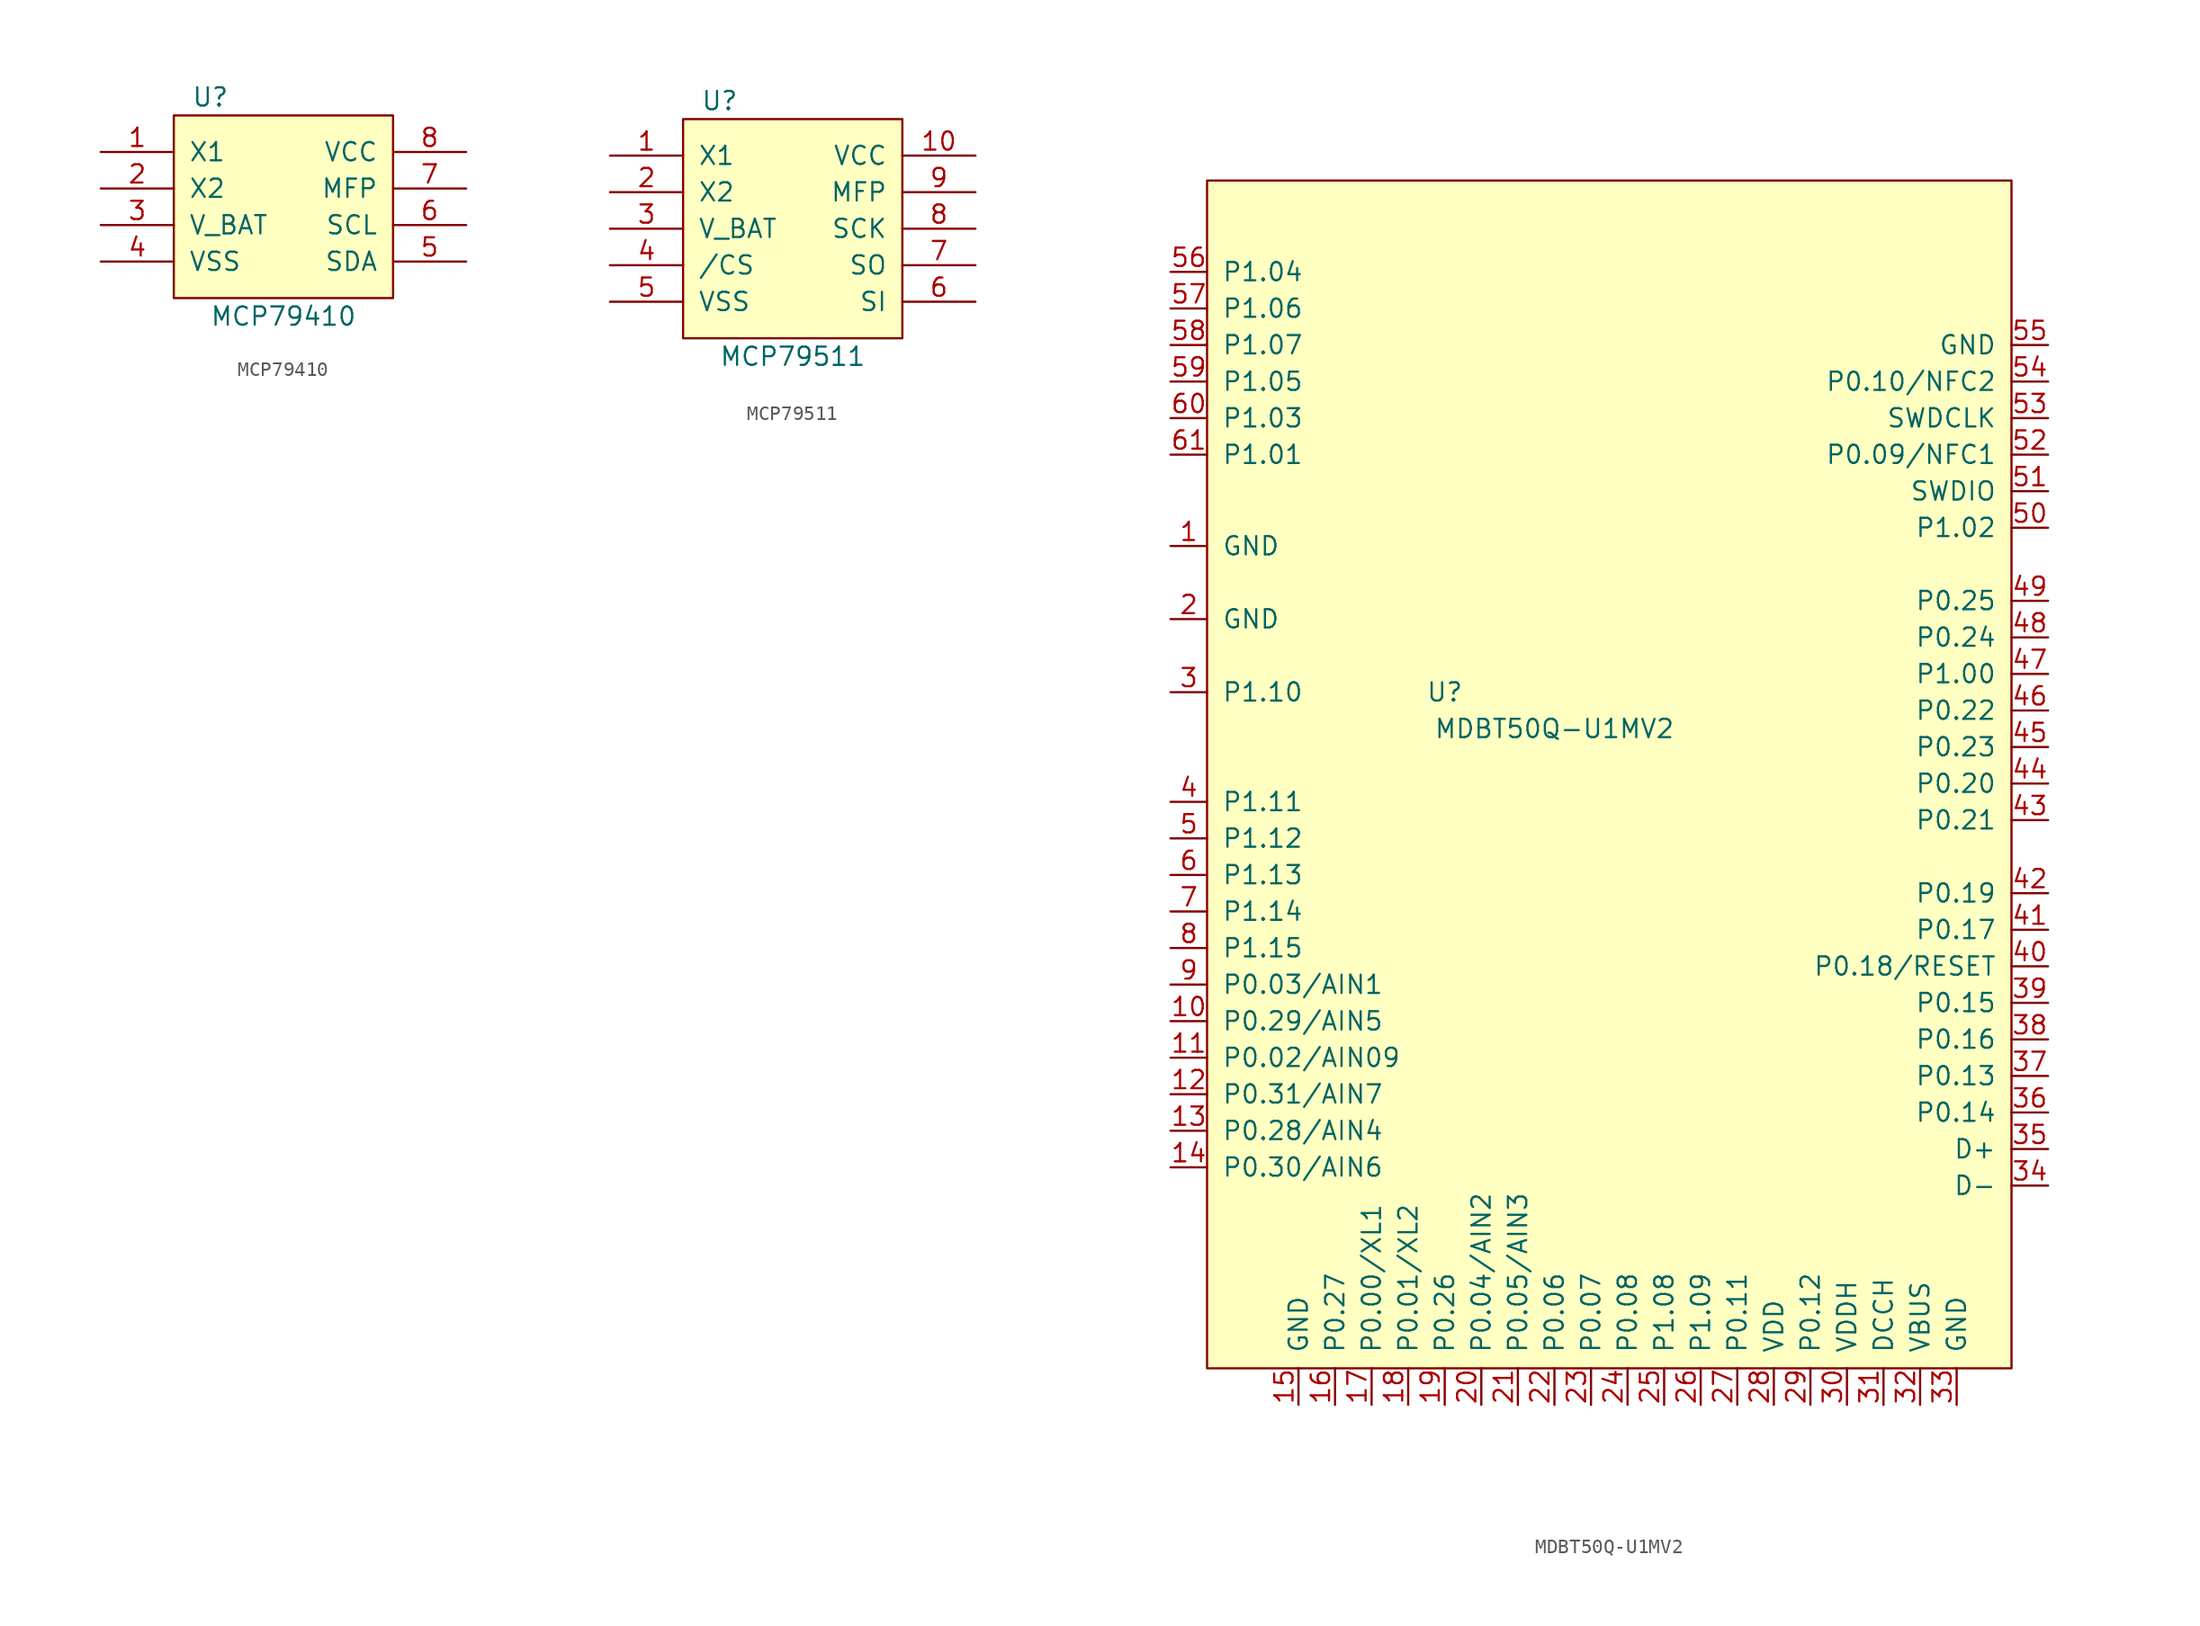
<source format=kicad_sym>
(kicad_symbol_lib
  (version 20211014)
  (generator kicad_symbol_editor)
  (symbol "MCP79410"
    (pin_names
      (offset 1.016))
    (property "Reference" "U"
      (at -5.08 6.35 0)
      (effects (font (size 1.27 1.27))))
    (property "Value" "MCP79410"
      (at 0 -8.89 0)
      (effects (font (size 1.27 1.27))))
    (symbol "MCP79410_1_1"
      (rectangle (start -7.62 -7.62) (end 7.62 5.08) (stroke (width 0) (type default) (color 0 0 0 0)) (fill (type background)))
      (pin input line (at -12.7 2.54 0) (length 5.08) (name "X1" (effects (font (size 1.27 1.27)))) (number "1" (effects (font (size 1.27 1.27)))))
      (pin output line (at -12.7 0 0) (length 5.08) (name "X2" (effects (font (size 1.27 1.27)))) (number "2" (effects (font (size 1.27 1.27)))))
      (pin input line (at -12.7 -2.54 0) (length 5.08) (name "V_BAT" (effects (font (size 1.27 1.27)))) (number "3" (effects (font (size 1.27 1.27)))))
      (pin power_in line (at -12.7 -5.08 0) (length 5.08) (name "VSS" (effects (font (size 1.27 1.27)))) (number "4" (effects (font (size 1.27 1.27)))))
      (pin bidirectional line (at 12.7 -5.08 180) (length 5.08) (name "SDA" (effects (font (size 1.27 1.27)))) (number "5" (effects (font (size 1.27 1.27)))))
      (pin input line (at 12.7 -2.54 180) (length 5.08) (name "SCL" (effects (font (size 1.27 1.27)))) (number "6" (effects (font (size 1.27 1.27)))))
      (pin output line (at 12.7 0 180) (length 5.08) (name "MFP" (effects (font (size 1.27 1.27)))) (number "7" (effects (font (size 1.27 1.27)))))
      (pin power_in line (at 12.7 2.54 180) (length 5.08) (name "VCC" (effects (font (size 1.27 1.27)))) (number "8" (effects (font (size 1.27 1.27)))))))
  (symbol "MCP79511"
    (pin_names
      (offset 1.016))
    (property "Reference" "U"
      (at -5.08 8.89 0)
      (effects (font (size 1.27 1.27))))
    (property "Value" "MCP79511"
      (at 0 -8.89 0)
      (effects (font (size 1.27 1.27))))
    (symbol "MCP79511_1_1"
      (rectangle (start -7.62 -7.62) (end 7.62 7.62) (stroke (width 0) (type default) (color 0 0 0 0)) (fill (type background)))
      (pin input line (at -12.7 5.08 0) (length 5.08) (name "X1" (effects (font (size 1.27 1.27)))) (number "1" (effects (font (size 1.27 1.27)))))
      (pin power_in line (at 12.7 5.08 180) (length 5.08) (name "VCC" (effects (font (size 1.27 1.27)))) (number "10" (effects (font (size 1.27 1.27)))))
      (pin output line (at -12.7 2.54 0) (length 5.08) (name "X2" (effects (font (size 1.27 1.27)))) (number "2" (effects (font (size 1.27 1.27)))))
      (pin input line (at -12.7 0 0) (length 5.08) (name "V_BAT" (effects (font (size 1.27 1.27)))) (number "3" (effects (font (size 1.27 1.27)))))
      (pin input line (at -12.7 -2.54 0) (length 5.08) (name "/CS" (effects (font (size 1.27 1.27)))) (number "4" (effects (font (size 1.27 1.27)))))
      (pin power_in line (at -12.7 -5.08 0) (length 5.08) (name "VSS" (effects (font (size 1.27 1.27)))) (number "5" (effects (font (size 1.27 1.27)))))
      (pin input line (at 12.7 -5.08 180) (length 5.08) (name "SI" (effects (font (size 1.27 1.27)))) (number "6" (effects (font (size 1.27 1.27)))))
      (pin output line (at 12.7 -2.54 180) (length 5.08) (name "SO" (effects (font (size 1.27 1.27)))) (number "7" (effects (font (size 1.27 1.27)))))
      (pin input line (at 12.7 0 180) (length 5.08) (name "SCK" (effects (font (size 1.27 1.27)))) (number "8" (effects (font (size 1.27 1.27)))))
      (pin output line (at 12.7 2.54 180) (length 5.08) (name "MFP" (effects (font (size 1.27 1.27)))) (number "9" (effects (font (size 1.27 1.27)))))))
  (symbol "MDBT50Q-U1MV2"
    (pin_names
      (offset 1.016))
    (property "Reference" "U"
      (at 0 0 0)
      (effects (font (size 1.27 1.27))))
    (property "Value" "MDBT50Q-U1MV2"
      (at 7.62 -2.54 0)
      (effects (font (size 1.27 1.27))))
    (symbol "MDBT50Q-U1MV2_0_1"
      (rectangle (start -16.51 35.56) (end 39.37 -46.99) (stroke (width 0) (type default) (color 0 0 0 0)) (fill (type background))))
    (symbol "MDBT50Q-U1MV2_1_1"
      (pin bidirectional line (at -19.05 10.16 0) (length 2.54) (name "GND" (effects (font (size 1.27 1.27)))) (number "1" (effects (font (size 1.27 1.27)))))
      (pin bidirectional line (at -19.05 -22.86 0) (length 2.54) (name "P0.29/AIN5" (effects (font (size 1.27 1.27)))) (number "10" (effects (font (size 1.27 1.27)))))
      (pin bidirectional line (at -19.05 -25.4 0) (length 2.54) (name "P0.02/AIN09" (effects (font (size 1.27 1.27)))) (number "11" (effects (font (size 1.27 1.27)))))
      (pin bidirectional line (at -19.05 -27.94 0) (length 2.54) (name "P0.31/AIN7" (effects (font (size 1.27 1.27)))) (number "12" (effects (font (size 1.27 1.27)))))
      (pin bidirectional line (at -19.05 -30.48 0) (length 2.54) (name "P0.28/AIN4" (effects (font (size 1.27 1.27)))) (number "13" (effects (font (size 1.27 1.27)))))
      (pin bidirectional line (at -19.05 -33.02 0) (length 2.54) (name "P0.30/AIN6" (effects (font (size 1.27 1.27)))) (number "14" (effects (font (size 1.27 1.27)))))
      (pin bidirectional line (at -10.16 -49.53 90) (length 2.54) (name "GND" (effects (font (size 1.27 1.27)))) (number "15" (effects (font (size 1.27 1.27)))))
      (pin bidirectional line (at -7.62 -49.53 90) (length 2.54) (name "P0.27" (effects (font (size 1.27 1.27)))) (number "16" (effects (font (size 1.27 1.27)))))
      (pin bidirectional line (at -5.08 -49.53 90) (length 2.54) (name "P0.00/XL1" (effects (font (size 1.27 1.27)))) (number "17" (effects (font (size 1.27 1.27)))))
      (pin bidirectional line (at -2.54 -49.53 90) (length 2.54) (name "P0.01/XL2" (effects (font (size 1.27 1.27)))) (number "18" (effects (font (size 1.27 1.27)))))
      (pin bidirectional line (at 0 -49.53 90) (length 2.54) (name "P0.26" (effects (font (size 1.27 1.27)))) (number "19" (effects (font (size 1.27 1.27)))))
      (pin bidirectional line (at -19.05 5.08 0) (length 2.54) (name "GND" (effects (font (size 1.27 1.27)))) (number "2" (effects (font (size 1.27 1.27)))))
      (pin bidirectional line (at 2.54 -49.53 90) (length 2.54) (name "P0.04/AIN2" (effects (font (size 1.27 1.27)))) (number "20" (effects (font (size 1.27 1.27)))))
      (pin bidirectional line (at 5.08 -49.53 90) (length 2.54) (name "P0.05/AIN3" (effects (font (size 1.27 1.27)))) (number "21" (effects (font (size 1.27 1.27)))))
      (pin bidirectional line (at 7.62 -49.53 90) (length 2.54) (name "P0.06" (effects (font (size 1.27 1.27)))) (number "22" (effects (font (size 1.27 1.27)))))
      (pin bidirectional line (at 10.16 -49.53 90) (length 2.54) (name "P0.07" (effects (font (size 1.27 1.27)))) (number "23" (effects (font (size 1.27 1.27)))))
      (pin bidirectional line (at 12.7 -49.53 90) (length 2.54) (name "P0.08" (effects (font (size 1.27 1.27)))) (number "24" (effects (font (size 1.27 1.27)))))
      (pin bidirectional line (at 15.24 -49.53 90) (length 2.54) (name "P1.08" (effects (font (size 1.27 1.27)))) (number "25" (effects (font (size 1.27 1.27)))))
      (pin bidirectional line (at 17.78 -49.53 90) (length 2.54) (name "P1.09" (effects (font (size 1.27 1.27)))) (number "26" (effects (font (size 1.27 1.27)))))
      (pin bidirectional line (at 20.32 -49.53 90) (length 2.54) (name "P0.11" (effects (font (size 1.27 1.27)))) (number "27" (effects (font (size 1.27 1.27)))))
      (pin bidirectional line (at 22.86 -49.53 90) (length 2.54) (name "VDD" (effects (font (size 1.27 1.27)))) (number "28" (effects (font (size 1.27 1.27)))))
      (pin bidirectional line (at 25.4 -49.53 90) (length 2.54) (name "P0.12" (effects (font (size 1.27 1.27)))) (number "29" (effects (font (size 1.27 1.27)))))
      (pin bidirectional line (at -19.05 0 0) (length 2.54) (name "P1.10" (effects (font (size 1.27 1.27)))) (number "3" (effects (font (size 1.27 1.27)))))
      (pin bidirectional line (at 27.94 -49.53 90) (length 2.54) (name "VDDH" (effects (font (size 1.27 1.27)))) (number "30" (effects (font (size 1.27 1.27)))))
      (pin bidirectional line (at 30.48 -49.53 90) (length 2.54) (name "DCCH" (effects (font (size 1.27 1.27)))) (number "31" (effects (font (size 1.27 1.27)))))
      (pin bidirectional line (at 33.02 -49.53 90) (length 2.54) (name "VBUS" (effects (font (size 1.27 1.27)))) (number "32" (effects (font (size 1.27 1.27)))))
      (pin bidirectional line (at 35.56 -49.53 90) (length 2.54) (name "GND" (effects (font (size 1.27 1.27)))) (number "33" (effects (font (size 1.27 1.27)))))
      (pin bidirectional line (at 41.91 -34.29 180) (length 2.54) (name "D-" (effects (font (size 1.27 1.27)))) (number "34" (effects (font (size 1.27 1.27)))))
      (pin bidirectional line (at 41.91 -31.75 180) (length 2.54) (name "D+" (effects (font (size 1.27 1.27)))) (number "35" (effects (font (size 1.27 1.27)))))
      (pin bidirectional line (at 41.91 -29.21 180) (length 2.54) (name "P0.14" (effects (font (size 1.27 1.27)))) (number "36" (effects (font (size 1.27 1.27)))))
      (pin bidirectional line (at 41.91 -26.67 180) (length 2.54) (name "P0.13" (effects (font (size 1.27 1.27)))) (number "37" (effects (font (size 1.27 1.27)))))
      (pin bidirectional line (at 41.91 -24.13 180) (length 2.54) (name "P0.16" (effects (font (size 1.27 1.27)))) (number "38" (effects (font (size 1.27 1.27)))))
      (pin bidirectional line (at 41.91 -21.59 180) (length 2.54) (name "P0.15" (effects (font (size 1.27 1.27)))) (number "39" (effects (font (size 1.27 1.27)))))
      (pin bidirectional line (at -19.05 -7.62 0) (length 2.54) (name "P1.11" (effects (font (size 1.27 1.27)))) (number "4" (effects (font (size 1.27 1.27)))))
      (pin bidirectional line (at 41.91 -19.05 180) (length 2.54) (name "P0.18/RESET" (effects (font (size 1.27 1.27)))) (number "40" (effects (font (size 1.27 1.27)))))
      (pin bidirectional line (at 41.91 -16.51 180) (length 2.54) (name "P0.17" (effects (font (size 1.27 1.27)))) (number "41" (effects (font (size 1.27 1.27)))))
      (pin bidirectional line (at 41.91 -13.97 180) (length 2.54) (name "P0.19" (effects (font (size 1.27 1.27)))) (number "42" (effects (font (size 1.27 1.27)))))
      (pin bidirectional line (at 41.91 -8.89 180) (length 2.54) (name "P0.21" (effects (font (size 1.27 1.27)))) (number "43" (effects (font (size 1.27 1.27)))))
      (pin bidirectional line (at 41.91 -6.35 180) (length 2.54) (name "P0.20" (effects (font (size 1.27 1.27)))) (number "44" (effects (font (size 1.27 1.27)))))
      (pin bidirectional line (at 41.91 -3.81 180) (length 2.54) (name "P0.23" (effects (font (size 1.27 1.27)))) (number "45" (effects (font (size 1.27 1.27)))))
      (pin bidirectional line (at 41.91 -1.27 180) (length 2.54) (name "P0.22" (effects (font (size 1.27 1.27)))) (number "46" (effects (font (size 1.27 1.27)))))
      (pin bidirectional line (at 41.91 1.27 180) (length 2.54) (name "P1.00" (effects (font (size 1.27 1.27)))) (number "47" (effects (font (size 1.27 1.27)))))
      (pin bidirectional line (at 41.91 3.81 180) (length 2.54) (name "P0.24" (effects (font (size 1.27 1.27)))) (number "48" (effects (font (size 1.27 1.27)))))
      (pin bidirectional line (at 41.91 6.35 180) (length 2.54) (name "P0.25" (effects (font (size 1.27 1.27)))) (number "49" (effects (font (size 1.27 1.27)))))
      (pin bidirectional line (at -19.05 -10.16 0) (length 2.54) (name "P1.12" (effects (font (size 1.27 1.27)))) (number "5" (effects (font (size 1.27 1.27)))))
      (pin bidirectional line (at 41.91 11.43 180) (length 2.54) (name "P1.02" (effects (font (size 1.27 1.27)))) (number "50" (effects (font (size 1.27 1.27)))))
      (pin bidirectional line (at 41.91 13.97 180) (length 2.54) (name "SWDIO" (effects (font (size 1.27 1.27)))) (number "51" (effects (font (size 1.27 1.27)))))
      (pin bidirectional line (at 41.91 16.51 180) (length 2.54) (name "P0.09/NFC1" (effects (font (size 1.27 1.27)))) (number "52" (effects (font (size 1.27 1.27)))))
      (pin bidirectional line (at 41.91 19.05 180) (length 2.54) (name "SWDCLK" (effects (font (size 1.27 1.27)))) (number "53" (effects (font (size 1.27 1.27)))))
      (pin bidirectional line (at 41.91 21.59 180) (length 2.54) (name "P0.10/NFC2" (effects (font (size 1.27 1.27)))) (number "54" (effects (font (size 1.27 1.27)))))
      (pin bidirectional line (at 41.91 24.13 180) (length 2.54) (name "GND" (effects (font (size 1.27 1.27)))) (number "55" (effects (font (size 1.27 1.27)))))
      (pin bidirectional line (at -19.05 29.21 0) (length 2.54) (name "P1.04" (effects (font (size 1.27 1.27)))) (number "56" (effects (font (size 1.27 1.27)))))
      (pin bidirectional line (at -19.05 26.67 0) (length 2.54) (name "P1.06" (effects (font (size 1.27 1.27)))) (number "57" (effects (font (size 1.27 1.27)))))
      (pin bidirectional line (at -19.05 24.13 0) (length 2.54) (name "P1.07" (effects (font (size 1.27 1.27)))) (number "58" (effects (font (size 1.27 1.27)))))
      (pin bidirectional line (at -19.05 21.59 0) (length 2.54) (name "P1.05" (effects (font (size 1.27 1.27)))) (number "59" (effects (font (size 1.27 1.27)))))
      (pin bidirectional line (at -19.05 -12.7 0) (length 2.54) (name "P1.13" (effects (font (size 1.27 1.27)))) (number "6" (effects (font (size 1.27 1.27)))))
      (pin bidirectional line (at -19.05 19.05 0) (length 2.54) (name "P1.03" (effects (font (size 1.27 1.27)))) (number "60" (effects (font (size 1.27 1.27)))))
      (pin bidirectional line (at -19.05 16.51 0) (length 2.54) (name "P1.01" (effects (font (size 1.27 1.27)))) (number "61" (effects (font (size 1.27 1.27)))))
      (pin bidirectional line (at -19.05 -15.24 0) (length 2.54) (name "P1.14" (effects (font (size 1.27 1.27)))) (number "7" (effects (font (size 1.27 1.27)))))
      (pin bidirectional line (at -19.05 -17.78 0) (length 2.54) (name "P1.15" (effects (font (size 1.27 1.27)))) (number "8" (effects (font (size 1.27 1.27)))))
      (pin bidirectional line (at -19.05 -20.32 0) (length 2.54) (name "P0.03/AIN1" (effects (font (size 1.27 1.27)))) (number "9" (effects (font (size 1.27 1.27))))))))
</source>
